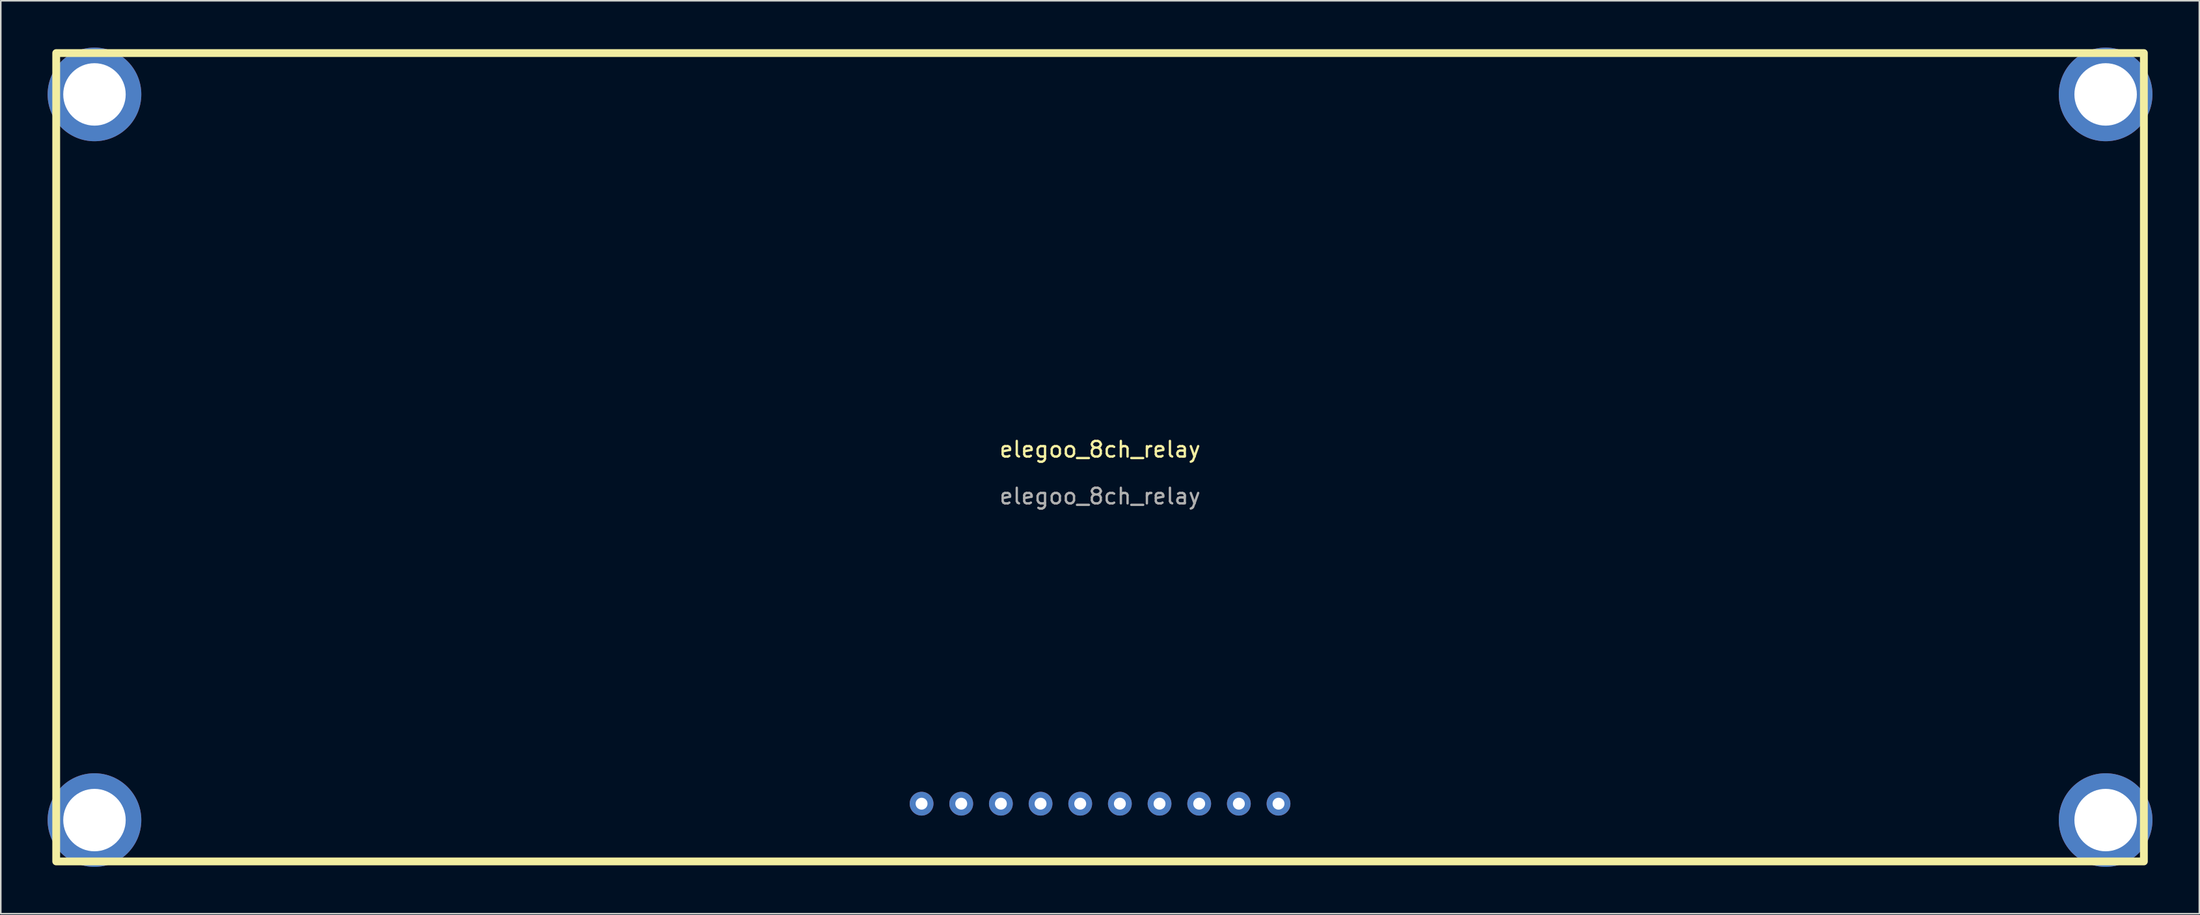
<source format=kicad_pcb>
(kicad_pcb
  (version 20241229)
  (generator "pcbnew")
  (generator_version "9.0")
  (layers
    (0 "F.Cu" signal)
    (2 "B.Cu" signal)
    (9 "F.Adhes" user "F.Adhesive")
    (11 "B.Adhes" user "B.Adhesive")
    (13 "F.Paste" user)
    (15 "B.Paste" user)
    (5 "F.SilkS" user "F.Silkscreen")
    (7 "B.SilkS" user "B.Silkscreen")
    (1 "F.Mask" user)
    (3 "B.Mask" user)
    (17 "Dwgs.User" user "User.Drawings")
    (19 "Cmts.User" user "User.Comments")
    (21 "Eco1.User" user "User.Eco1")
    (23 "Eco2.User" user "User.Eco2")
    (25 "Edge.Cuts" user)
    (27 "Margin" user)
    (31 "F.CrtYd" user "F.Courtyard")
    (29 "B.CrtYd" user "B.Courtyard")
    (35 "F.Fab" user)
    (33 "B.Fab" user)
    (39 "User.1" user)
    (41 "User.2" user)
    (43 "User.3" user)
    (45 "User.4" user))
  (footprint "elegoo_8ch_relay"
    (layer "F.Cu")
    (at 67.4 26.25)
    (property "Reference" "elegoo_8ch_relay" (at 0 -0.5 0) (unlocked yes) (layer "F.SilkS") (effects (font (size 1 1) (thickness 0.15))))
    (attr through_hole)
    (fp_rect (start -66.85 -25.9) (end 66.85 25.9) (stroke (width 0.5) (type solid)) (fill no) (layer "F.SilkS"))
    (fp_text user "${REFERENCE}" (at 0 2.5 0) (unlocked yes) (layer "F.Fab") (effects (font (size 1 1) (thickness 0.15))))
    (pad "" np_thru_hole circle (at -64.4 -23.25) (size 6 6) (drill 4) (layers "*.Cu" "*.Mask"))
    (pad "" np_thru_hole circle (at -64.4 23.25) (size 6 6) (drill 4) (layers "*.Cu" "*.Mask"))
    (pad "" np_thru_hole circle (at 64.4 -23.25) (size 6 6) (drill 4) (layers "*.Cu" "*.Mask"))
    (pad "" np_thru_hole circle (at 64.4 23.25) (size 6 6) (drill 4) (layers "*.Cu" "*.Mask"))
    (pad "1" thru_hole circle (at -11.43 22.2) (size 1.524 1.524) (drill 0.762) (layers "*.Cu" "*.Mask"))
    (pad "2" thru_hole circle (at -8.89 22.2) (size 1.524 1.524) (drill 0.762) (layers "*.Cu" "*.Mask"))
    (pad "3" thru_hole circle (at -6.35 22.2) (size 1.524 1.524) (drill 0.762) (layers "*.Cu" "*.Mask"))
    (pad "4" thru_hole circle (at -3.81 22.2) (size 1.524 1.524) (drill 0.762) (layers "*.Cu" "*.Mask"))
    (pad "5" thru_hole circle (at -1.27 22.2) (size 1.524 1.524) (drill 0.762) (layers "*.Cu" "*.Mask"))
    (pad "6" thru_hole circle (at 1.27 22.2) (size 1.524 1.524) (drill 0.762) (layers "*.Cu" "*.Mask"))
    (pad "7" thru_hole circle (at 3.81 22.2) (size 1.524 1.524) (drill 0.762) (layers "*.Cu" "*.Mask"))
    (pad "8" thru_hole circle (at 6.35 22.2) (size 1.524 1.524) (drill 0.762) (layers "*.Cu" "*.Mask"))
    (pad "9" thru_hole circle (at 8.89 22.2) (size 1.524 1.524) (drill 0.762) (layers "*.Cu" "*.Mask"))
    (pad "10" thru_hole circle (at 11.43 22.2) (size 1.524 1.524) (drill 0.762) (layers "*.Cu" "*.Mask")))
  (gr_rect
    (start -3 -3)
    (end 137.8 55.5)
    (stroke (width 0.1) (type default))
    (fill no)
    (layer "Edge.Cuts")))
</source>
